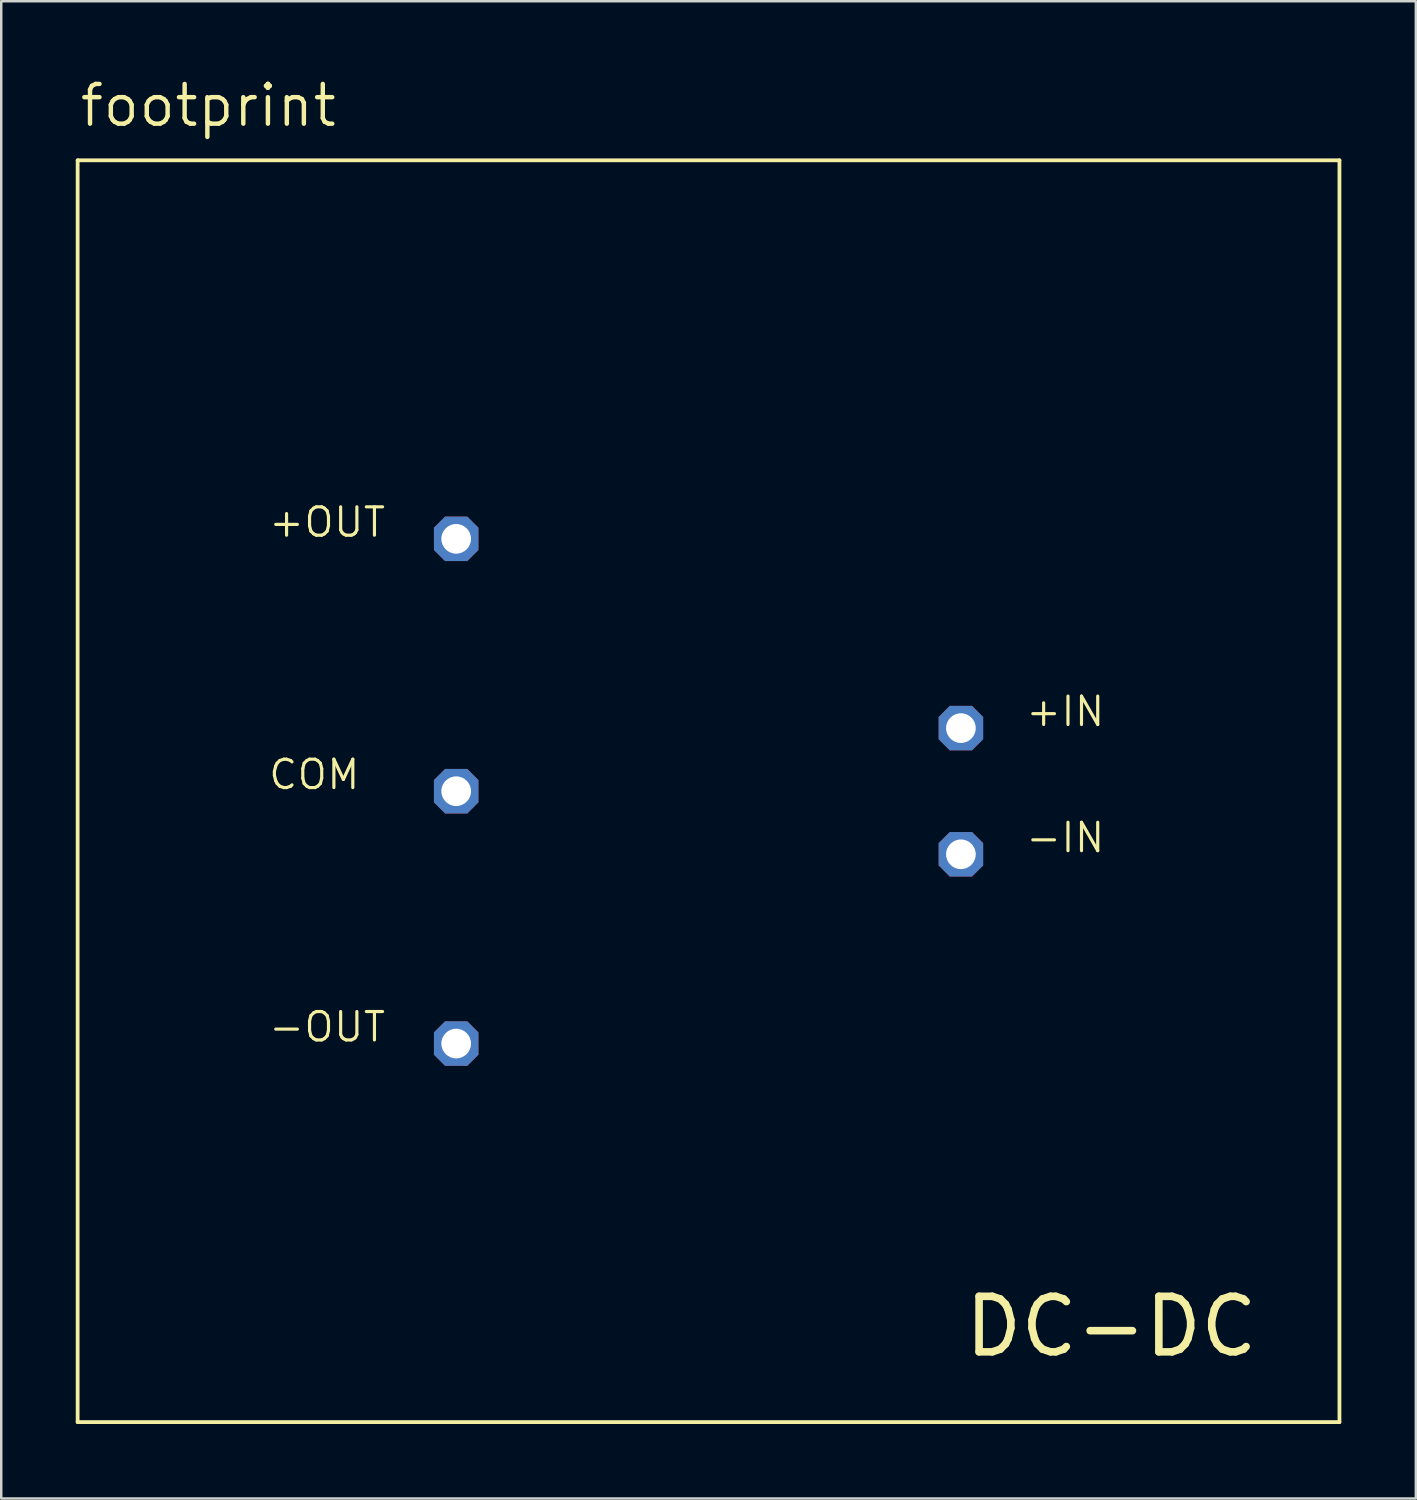
<source format=kicad_pcb>
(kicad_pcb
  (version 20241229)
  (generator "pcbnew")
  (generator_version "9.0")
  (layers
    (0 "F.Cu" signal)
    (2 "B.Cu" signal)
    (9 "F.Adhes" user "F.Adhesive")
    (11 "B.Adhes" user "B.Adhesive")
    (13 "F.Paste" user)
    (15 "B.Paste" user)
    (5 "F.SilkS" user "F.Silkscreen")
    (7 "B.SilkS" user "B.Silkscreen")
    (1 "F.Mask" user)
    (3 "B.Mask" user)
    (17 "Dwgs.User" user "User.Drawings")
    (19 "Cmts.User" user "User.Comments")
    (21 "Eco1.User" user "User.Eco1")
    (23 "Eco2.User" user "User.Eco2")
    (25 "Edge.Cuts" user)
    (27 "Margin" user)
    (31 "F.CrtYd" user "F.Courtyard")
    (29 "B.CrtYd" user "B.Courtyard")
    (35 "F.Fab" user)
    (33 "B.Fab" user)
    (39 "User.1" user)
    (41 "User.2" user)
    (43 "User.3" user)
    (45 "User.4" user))
  (footprint "footprint"
    (layer "F.Cu")
    (at 25.476 28.804)
    (property "Reference" "footprint" (at -25.4 -26.67 0) (layer "F.SilkS") (effects (font (size 1.6 1.6) (thickness 0.178)) (justify left bottom)))
    (fp_line (start -25.4 25.4) (end -25.4 -25.4) (stroke (width 0.152) (type solid)) (layer "F.SilkS"))
    (fp_line (start -25.4 25.4) (end 25.4 25.4) (stroke (width 0.152) (type solid)) (layer "F.SilkS"))
    (fp_line (start 25.4 -25.4) (end -25.4 -25.4) (stroke (width 0.152) (type solid)) (layer "F.SilkS"))
    (fp_line (start 25.4 -25.4) (end 25.4 25.4) (stroke (width 0.152) (type solid)) (layer "F.SilkS"))
    (fp_text user "-OUT" (at -17.78 10.16 0) (layer "F.SilkS") (effects (font (size 1.143 1.143) (thickness 0.127)) (justify left bottom)))
    (fp_text user "+IN" (at 12.7 -2.54 0) (layer "F.SilkS") (effects (font (size 1.143 1.143) (thickness 0.127)) (justify left bottom)))
    (fp_text user "+OUT" (at -17.78 -10.16 0) (layer "F.SilkS") (effects (font (size 1.143 1.143) (thickness 0.127)) (justify left bottom)))
    (fp_text user "COM" (at -17.78 0 0) (layer "F.SilkS") (effects (font (size 1.143 1.143) (thickness 0.127)) (justify left bottom)))
    (fp_text user "DC-DC" (at 10.16 22.86 0) (layer "F.SilkS") (effects (font (size 2.235 2.235) (thickness 0.305)) (justify left bottom)))
    (fp_text user "-IN" (at 12.7 2.54 0) (layer "F.SilkS") (effects (font (size 1.143 1.143) (thickness 0.127)) (justify left bottom)))
    (pad "1" thru_hole roundrect (at 10.16 -2.54) (size 1.791 1.791) (drill 1.194) (layers "*.Cu" "*.Mask") (roundrect_rratio 0.25) (chamfer_ratio 0.25) (chamfer top_left top_right bottom_left bottom_right))
    (pad "2" thru_hole roundrect (at 10.16 2.54) (size 1.791 1.791) (drill 1.194) (layers "*.Cu" "*.Mask") (roundrect_rratio 0.25) (chamfer_ratio 0.25) (chamfer top_left top_right bottom_left bottom_right))
    (pad "4" thru_hole roundrect (at -10.16 10.16) (size 1.791 1.791) (drill 1.194) (layers "*.Cu" "*.Mask") (roundrect_rratio 0.25) (chamfer_ratio 0.25) (chamfer top_left top_right bottom_left bottom_right))
    (pad "5" thru_hole roundrect (at -10.16 0) (size 1.791 1.791) (drill 1.194) (layers "*.Cu" "*.Mask") (roundrect_rratio 0.25) (chamfer_ratio 0.25) (chamfer top_left top_right bottom_left bottom_right))
    (pad "6" thru_hole roundrect (at -10.16 -10.16) (size 1.791 1.791) (drill 1.194) (layers "*.Cu" "*.Mask") (roundrect_rratio 0.25) (chamfer_ratio 0.25) (chamfer top_left top_right bottom_left bottom_right)))
  (gr_rect
    (start -3 -3)
    (end 53.952 57.28)
    (stroke (width 0.1) (type default))
    (fill no)
    (layer "Edge.Cuts")))
</source>
